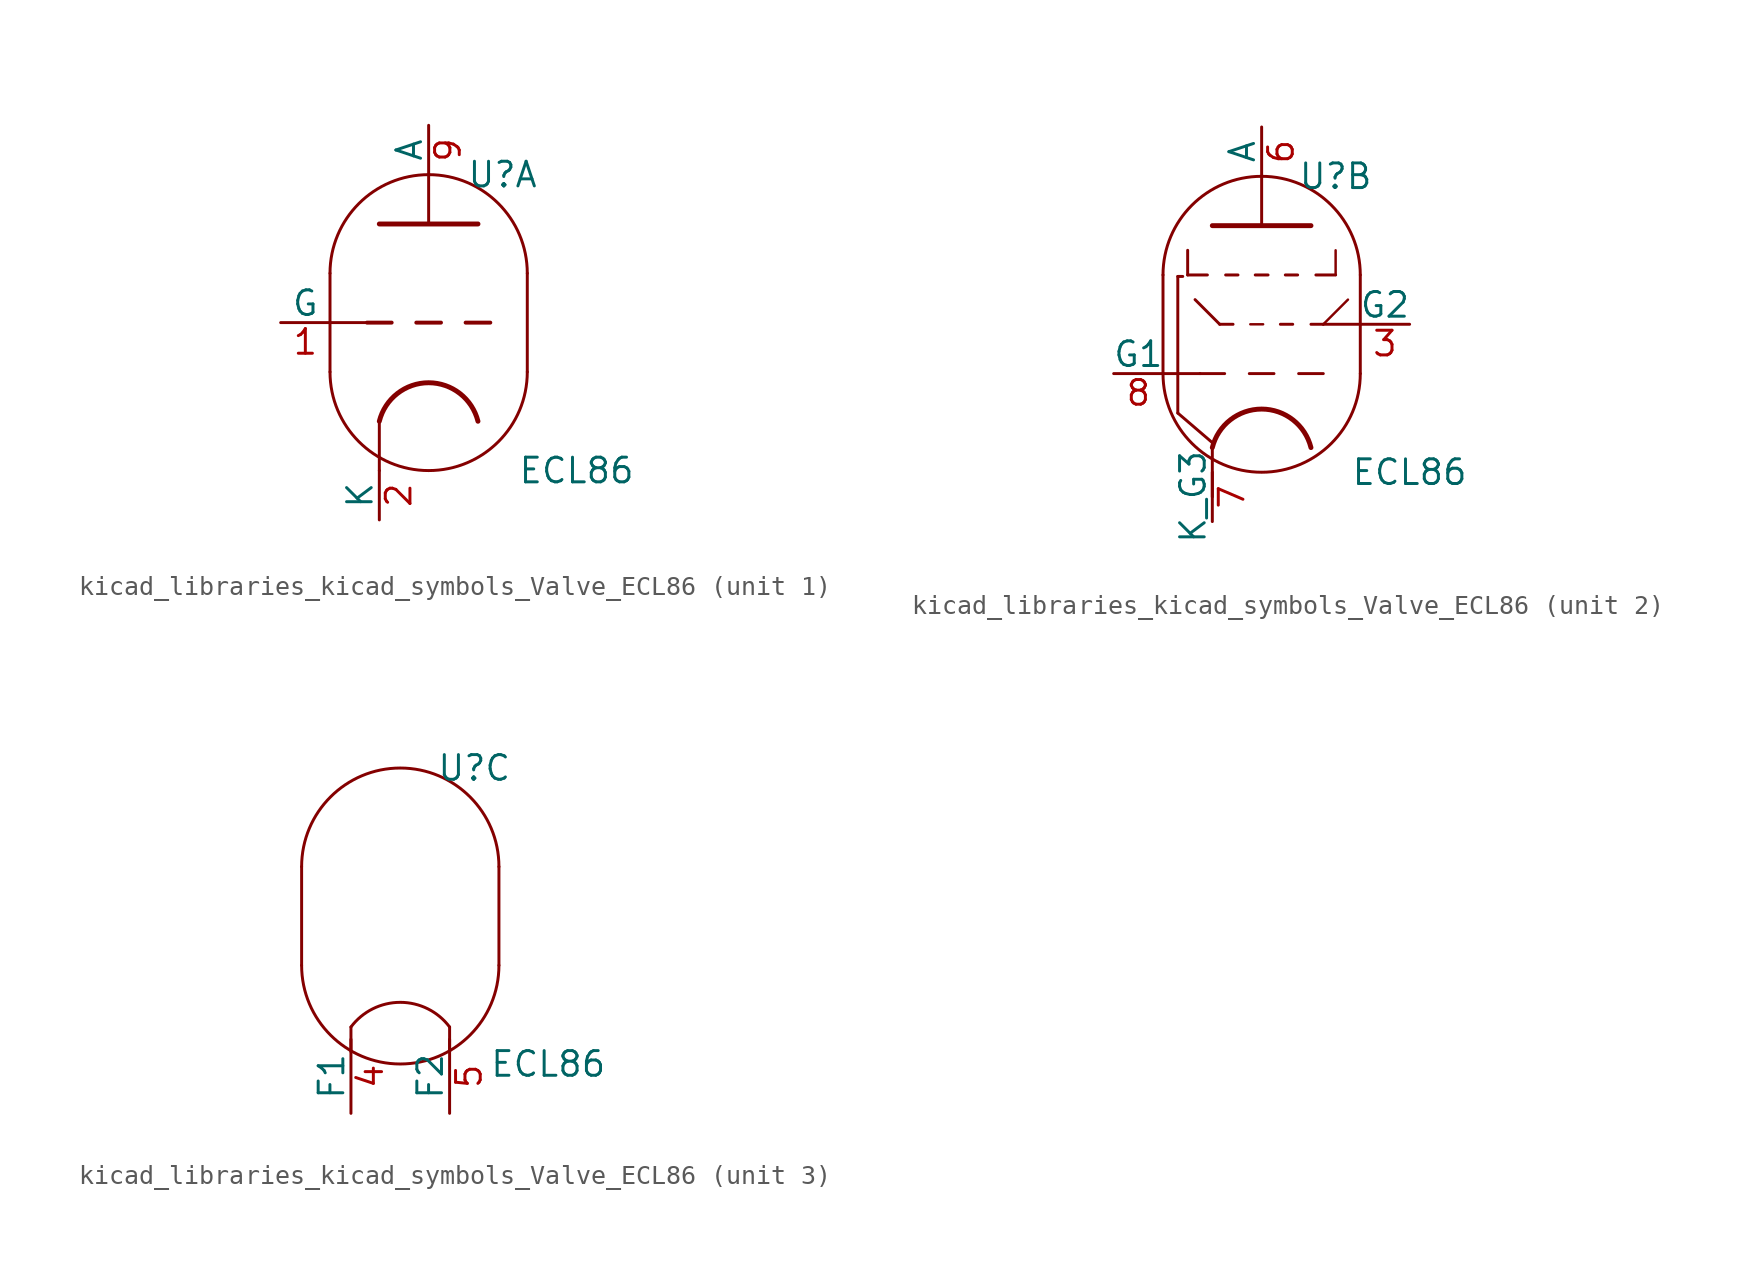
<source format=kicad_sym>
(kicad_symbol_lib
  (version 20220914)
  (generator kicad_symbol_editor)
  (symbol "kicad_libraries_kicad_symbols_Valve_ECL86"
    (pin_names
      (offset 0))
    (property "Reference" "U"
      (at 3.81 7.62 0)
      (effects (font (size 1.27 1.27))))
    (property "Value" "ECL86"
      (at 7.62 -7.62 0)
      (effects (font (size 1.27 1.27))))
    (property "ki_locked" ""
      (at 0 0 0)
      (effects (font (size 1.27 1.27))))
    (symbol "kicad_libraries_kicad_symbols_Valve_ECL86_0_1"
      (arc (start -5.08 -2.54) (mid 0 -7.5979) (end 5.08 -2.54) (stroke (width 0) (type default)) (fill (type none)))
      (polyline (pts (xy 5.08 2.54) (xy 5.08 -2.54)) (stroke (width 0) (type default)) (fill (type none)))
      (polyline (pts (xy -5.08 2.54) (xy -5.08 -2.54) (xy -5.08 -2.54) (xy -5.08 -2.54) (xy -5.08 -2.54)) (stroke (width 0) (type default)) (fill (type none)))
      (arc (start 5.08 2.54) (mid 0 7.5979) (end -5.08 2.54) (stroke (width 0) (type default)) (fill (type none))))
    (symbol "kicad_libraries_kicad_symbols_Valve_ECL86_1_1"
      (polyline (pts (xy -5.08 0) (xy -3.175 0)) (stroke (width 0) (type default)) (fill (type none)))
      (polyline (pts (xy -2.54 -5.08) (xy -2.54 -7.62)) (stroke (width 0) (type default)) (fill (type none)))
      (polyline (pts (xy -1.905 0) (xy -3.175 0)) (stroke (width 0.203) (type default)) (fill (type none)))
      (polyline (pts (xy -0.635 0) (xy 0.635 0)) (stroke (width 0.203) (type default)) (fill (type none)))
      (polyline (pts (xy 0 5.08) (xy 0 7.62)) (stroke (width 0) (type default)) (fill (type none)))
      (polyline (pts (xy 1.905 0) (xy 3.175 0)) (stroke (width 0.203) (type default)) (fill (type none)))
      (polyline (pts (xy -2.54 5.08) (xy 2.54 5.08) (xy 2.54 5.08)) (stroke (width 0.254) (type default)) (fill (type none)))
      (arc (start 2.54 -5.08) (mid 0 -3.0968) (end -2.54 -5.08) (stroke (width 0.254) (type default)) (fill (type none)))
      (pin input line (at -7.62 0 0) (length 2.54) (name "G" (effects (font (size 1.27 1.27)))) (number "1" (effects (font (size 1.27 1.27)))))
      (pin bidirectional line (at -2.54 -10.16 90) (length 2.54) (name "K" (effects (font (size 1.27 1.27)))) (number "2" (effects (font (size 1.27 1.27)))))
      (pin output line (at 0 10.16 270) (length 2.54) (name "A" (effects (font (size 1.27 1.27)))) (number "9" (effects (font (size 1.27 1.27))))))
    (symbol "kicad_libraries_kicad_symbols_Valve_ECL86_2_0"
      (polyline (pts (xy -2.54 -6.35) (xy -2.54 -8.89)) (stroke (width 0) (type default)) (fill (type none)))
      (polyline (pts (xy -0.635 -2.54) (xy 0.635 -2.54)) (stroke (width 0.152) (type default)) (fill (type none)))
      (polyline (pts (xy 3.175 0) (xy 5.08 0)) (stroke (width 0) (type default)) (fill (type none))))
    (symbol "kicad_libraries_kicad_symbols_Valve_ECL86_2_1"
      (polyline (pts (xy -5.08 -2.54) (xy -3.175 -2.54)) (stroke (width 0) (type default)) (fill (type none)))
      (polyline (pts (xy -4.318 -4.572) (xy -4.318 2.464)) (stroke (width 0.152) (type default)) (fill (type none)))
      (polyline (pts (xy -4.318 -4.572) (xy -2.54 -6.096)) (stroke (width 0.152) (type default)) (fill (type none)))
      (polyline (pts (xy -4.064 2.464) (xy -4.318 2.464)) (stroke (width 0.152) (type default)) (fill (type none)))
      (polyline (pts (xy -3.81 2.54) (xy -2.794 2.54)) (stroke (width 0.152) (type default)) (fill (type none)))
      (polyline (pts (xy -3.81 3.81) (xy -3.81 2.54)) (stroke (width 0.152) (type default)) (fill (type none)))
      (polyline (pts (xy -3.429 1.27) (xy -2.159 0)) (stroke (width 0.152) (type default)) (fill (type none)))
      (polyline (pts (xy -2.159 0) (xy -1.473 0)) (stroke (width 0.152) (type default)) (fill (type none)))
      (polyline (pts (xy -1.905 -2.54) (xy -3.175 -2.54)) (stroke (width 0.152) (type default)) (fill (type none)))
      (polyline (pts (xy -1.854 2.54) (xy -1.219 2.54)) (stroke (width 0.152) (type default)) (fill (type none)))
      (polyline (pts (xy -0.584 0) (xy 0.076 0)) (stroke (width 0.127) (type default)) (fill (type none)))
      (polyline (pts (xy -0.33 2.54) (xy 0.33 2.54)) (stroke (width 0.152) (type default)) (fill (type none)))
      (polyline (pts (xy 0 5.08) (xy 0 7.62)) (stroke (width 0) (type default)) (fill (type none)))
      (polyline (pts (xy 0.965 0) (xy 1.6 0)) (stroke (width 0.152) (type default)) (fill (type none)))
      (polyline (pts (xy 1.219 2.54) (xy 1.854 2.54)) (stroke (width 0.152) (type default)) (fill (type none)))
      (polyline (pts (xy 1.905 -2.54) (xy 3.175 -2.54)) (stroke (width 0.152) (type default)) (fill (type none)))
      (polyline (pts (xy 2.54 0) (xy 3.175 0)) (stroke (width 0.152) (type default)) (fill (type none)))
      (polyline (pts (xy 3.81 2.54) (xy 2.794 2.54)) (stroke (width 0.152) (type default)) (fill (type none)))
      (polyline (pts (xy 3.81 3.81) (xy 3.81 2.54)) (stroke (width 0.127) (type default)) (fill (type none)))
      (polyline (pts (xy 4.445 1.27) (xy 3.175 0)) (stroke (width 0.127) (type default)) (fill (type none)))
      (polyline (pts (xy -2.54 5.08) (xy 2.54 5.08) (xy 2.54 5.08)) (stroke (width 0.254) (type default)) (fill (type none)))
      (arc (start 2.54 -6.35) (mid 0 -4.3668) (end -2.54 -6.35) (stroke (width 0.254) (type default)) (fill (type none)))
      (pin input line (at 7.62 0 180) (length 2.54) (name "G2" (effects (font (size 1.27 1.27)))) (number "3" (effects (font (size 1.27 1.27)))))
      (pin output line (at 0 10.16 270) (length 2.54) (name "A" (effects (font (size 1.27 1.27)))) (number "6" (effects (font (size 1.27 1.27)))))
      (pin bidirectional line (at -2.54 -10.16 90) (length 2.54) (name "K_G3" (effects (font (size 1.27 1.27)))) (number "7" (effects (font (size 1.27 1.27)))))
      (pin input line (at -7.62 -2.54 0) (length 2.54) (name "G1" (effects (font (size 1.27 1.27)))) (number "8" (effects (font (size 1.27 1.27))))))
    (symbol "kicad_libraries_kicad_symbols_Valve_ECL86_3_1"
      (polyline (pts (xy -2.54 -6.985) (xy -2.54 -5.715) (xy -2.54 -5.715)) (stroke (width 0) (type default)) (fill (type none)))
      (polyline (pts (xy 2.54 -6.985) (xy 2.54 -5.715) (xy 2.54 -5.715)) (stroke (width 0) (type default)) (fill (type none)))
      (arc (start 2.54 -5.715) (mid 0 -4.445) (end -2.54 -5.715) (stroke (width 0) (type default)) (fill (type none)))
      (pin power_in line (at -2.54 -10.16 90) (length 3.81) (name "F1" (effects (font (size 1.27 1.27)))) (number "4" (effects (font (size 1.27 1.27)))))
      (pin power_in line (at 2.54 -10.16 90) (length 3.81) (name "F2" (effects (font (size 1.27 1.27)))) (number "5" (effects (font (size 1.27 1.27))))))))
</source>
